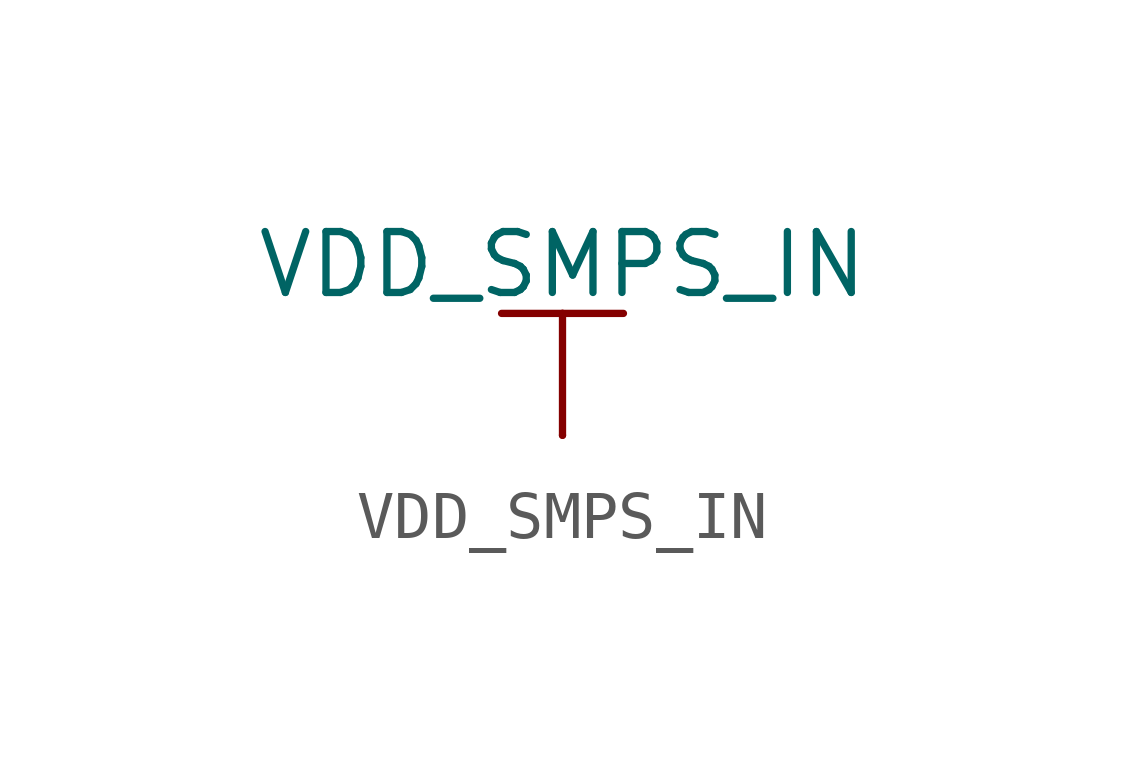
<source format=kicad_sym>
(kicad_symbol_lib
  (version 20241209)
  (generator "kicad_symbol_editor")
  (generator_version "9.0")
  (symbol "VDD_SMPS_IN"
    (power)
    (pin_numbers
      (hide yes))
    (pin_names
      (offset 0)
      (hide yes))
    (property "Reference" "#PWR"
      (at 0 0 0)
      (effects (font (size 1.27 1.27)) (hide yes)))
    (property "Value" "VDD_SMPS_IN"
      (at 0 3.556 0)
      (do_not_autoplace)
      (effects (font (size 1.27 1.27))))
    (symbol "VDD_SMPS_IN_0_1"
      (polyline (pts (xy -1.27 2.54) (xy 0 2.54)) (stroke (width 0) (type default)) (fill (type none)))
      (polyline (pts (xy 0 2.54) (xy 1.27 2.54)) (stroke (width 0) (type default)) (fill (type none)))
      (polyline (pts (xy 0 0) (xy 0 2.54)) (stroke (width 0) (type default)) (fill (type none))))
    (symbol "VDD_SMPS_IN_1_1"
      (pin power_in line (at 0 0 90) (length 0) (name "~" (effects (font (size 1.27 1.27)))) (number "1" (effects (font (size 1.27 1.27))))))))
</source>
